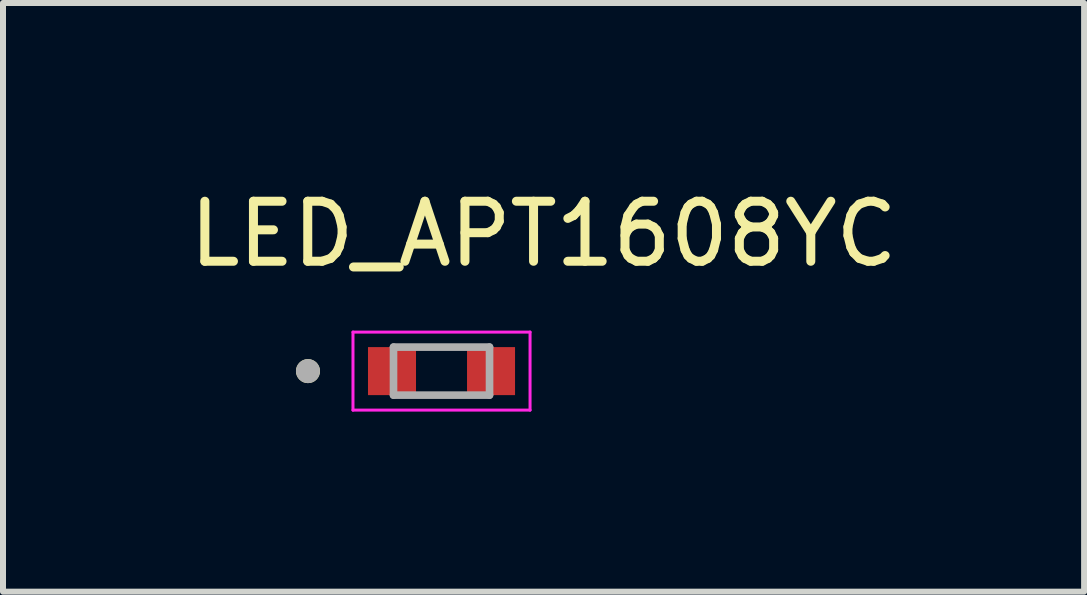
<source format=kicad_pcb>
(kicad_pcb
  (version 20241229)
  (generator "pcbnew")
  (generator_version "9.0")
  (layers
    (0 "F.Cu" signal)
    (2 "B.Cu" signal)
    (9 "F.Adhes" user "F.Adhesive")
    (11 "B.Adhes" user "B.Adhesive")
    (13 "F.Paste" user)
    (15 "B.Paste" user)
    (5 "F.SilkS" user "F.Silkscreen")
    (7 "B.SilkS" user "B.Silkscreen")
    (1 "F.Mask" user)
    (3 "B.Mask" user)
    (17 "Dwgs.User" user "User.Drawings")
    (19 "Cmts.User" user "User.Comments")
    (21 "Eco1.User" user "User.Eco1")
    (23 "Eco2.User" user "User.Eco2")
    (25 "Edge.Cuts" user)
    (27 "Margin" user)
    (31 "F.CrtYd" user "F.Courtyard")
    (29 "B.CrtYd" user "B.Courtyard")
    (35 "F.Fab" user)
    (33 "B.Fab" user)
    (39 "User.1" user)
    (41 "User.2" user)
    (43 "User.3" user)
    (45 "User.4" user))
  (footprint "LED_APT1608YC"
    (layer "F.Cu")
    (at 4.306 3.133)
    (property "Reference" "LED_APT1608YC" (at 1.7 -2.285 0) (layer "F.SilkS") (effects (font (size 1 1) (thickness 0.15))))
    (attr smd)
    (fp_circle (center -2.225 0) (end -2.125 0) (stroke (width 0.2) (type solid)) (fill no) (layer "F.SilkS"))
    (fp_line (start -1.475 -0.65) (end -1.475 0.65) (stroke (width 0.05) (type solid)) (layer "F.CrtYd"))
    (fp_line (start -1.475 0.65) (end 1.475 0.65) (stroke (width 0.05) (type solid)) (layer "F.CrtYd"))
    (fp_line (start 1.475 -0.65) (end -1.475 -0.65) (stroke (width 0.05) (type solid)) (layer "F.CrtYd"))
    (fp_line (start 1.475 0.65) (end 1.475 -0.65) (stroke (width 0.05) (type solid)) (layer "F.CrtYd"))
    (fp_line (start -0.8 -0.4) (end 0.8 -0.4) (stroke (width 0.127) (type solid)) (layer "F.Fab"))
    (fp_line (start -0.8 0.4) (end -0.8 -0.4) (stroke (width 0.127) (type solid)) (layer "F.Fab"))
    (fp_line (start 0.8 -0.4) (end 0.8 0.4) (stroke (width 0.127) (type solid)) (layer "F.Fab"))
    (fp_line (start 0.8 0.4) (end -0.8 0.4) (stroke (width 0.127) (type solid)) (layer "F.Fab"))
    (fp_circle (center -2.225 0) (end -2.125 0) (stroke (width 0.2) (type solid)) (fill no) (layer "F.Fab"))
    (pad "1" smd rect (at -0.825 0) (size 0.8 0.8) (layers "F.Cu" "F.Mask" "F.Paste"))
    (pad "2" smd rect (at 0.825 0) (size 0.8 0.8) (layers "F.Cu" "F.Mask" "F.Paste")))
  (gr_rect
    (start -3 -3)
    (end 15.012 6.808)
    (stroke (width 0.1) (type default))
    (fill no)
    (layer "Edge.Cuts")))
</source>
